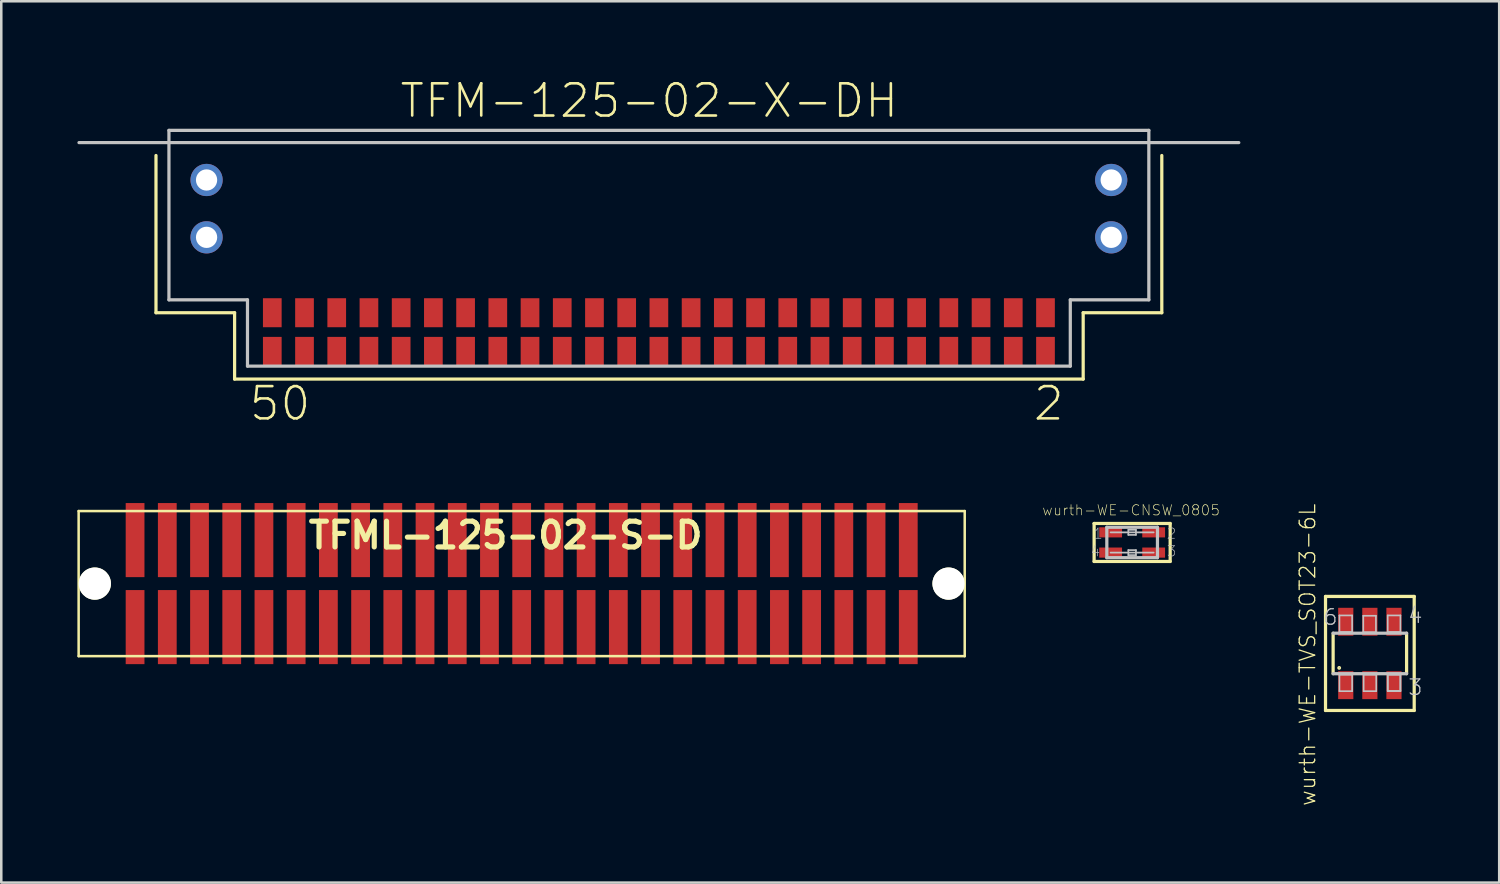
<source format=kicad_pcb>
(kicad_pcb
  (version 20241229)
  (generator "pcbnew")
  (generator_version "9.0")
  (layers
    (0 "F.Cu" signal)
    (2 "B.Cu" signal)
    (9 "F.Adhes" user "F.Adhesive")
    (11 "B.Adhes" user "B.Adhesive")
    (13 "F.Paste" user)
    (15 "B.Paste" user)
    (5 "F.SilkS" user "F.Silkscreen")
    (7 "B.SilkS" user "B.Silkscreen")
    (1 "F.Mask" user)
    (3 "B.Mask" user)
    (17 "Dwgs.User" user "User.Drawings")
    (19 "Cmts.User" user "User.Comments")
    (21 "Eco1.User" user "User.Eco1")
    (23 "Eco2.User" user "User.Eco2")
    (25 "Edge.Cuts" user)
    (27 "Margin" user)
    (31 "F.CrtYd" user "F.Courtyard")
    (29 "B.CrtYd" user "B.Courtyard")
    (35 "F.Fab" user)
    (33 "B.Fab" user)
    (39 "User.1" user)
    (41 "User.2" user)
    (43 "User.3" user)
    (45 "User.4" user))
  (footprint "wurth-WE-TVS_SOT23-6L"
    (layer "F.Cu")
    (at 50.951 22.71)
    (property "Reference" "wurth-WE-TVS_SOT23-6L" (at -2.456 0.051 90) (layer "F.SilkS") (effects (font (size 0.61 0.61) (thickness 0.051))))
    (attr smd)
    (fp_line (start -1.748 -2.248) (end 1.748 -2.248) (stroke (width 0.127) (type solid)) (layer "F.SilkS"))
    (fp_line (start -1.748 2.248) (end -1.748 -2.248) (stroke (width 0.127) (type solid)) (layer "F.SilkS"))
    (fp_line (start -1.448 -0.798) (end -1.448 0.798) (stroke (width 0.127) (type solid)) (layer "F.SilkS"))
    (fp_line (start 1.448 0.798) (end 1.448 -0.798) (stroke (width 0.127) (type solid)) (layer "F.SilkS"))
    (fp_line (start 1.748 -2.248) (end 1.748 2.248) (stroke (width 0.127) (type solid)) (layer "F.SilkS"))
    (fp_line (start 1.748 2.248) (end -1.748 2.248) (stroke (width 0.127) (type solid)) (layer "F.SilkS"))
    (fp_circle (center -1.209 0.569) (end -1.217 0.577) (stroke (width 0.064) (type solid)) (fill no) (layer "F.SilkS"))
    (fp_line (start -1.448 0.798) (end 1.448 0.798) (stroke (width 0.127) (type solid)) (layer "Dwgs.User"))
    (fp_line (start -1.199 -1.499) (end -0.699 -1.499) (stroke (width 0.066) (type solid)) (layer "Dwgs.User"))
    (fp_line (start -1.199 -0.848) (end -1.199 -1.499) (stroke (width 0.066) (type solid)) (layer "Dwgs.User"))
    (fp_line (start -1.199 -0.848) (end -0.699 -0.848) (stroke (width 0.066) (type solid)) (layer "Dwgs.User"))
    (fp_line (start -1.199 0.836) (end -0.699 0.836) (stroke (width 0.066) (type solid)) (layer "Dwgs.User"))
    (fp_line (start -1.199 1.486) (end -1.199 0.836) (stroke (width 0.066) (type solid)) (layer "Dwgs.User"))
    (fp_line (start -1.199 1.486) (end -0.699 1.486) (stroke (width 0.066) (type solid)) (layer "Dwgs.User"))
    (fp_line (start -0.699 -0.848) (end -0.699 -1.499) (stroke (width 0.066) (type solid)) (layer "Dwgs.User"))
    (fp_line (start -0.699 1.486) (end -0.699 0.836) (stroke (width 0.066) (type solid)) (layer "Dwgs.User"))
    (fp_line (start -0.259 -1.486) (end 0.239 -1.486) (stroke (width 0.066) (type solid)) (layer "Dwgs.User"))
    (fp_line (start -0.259 -0.836) (end -0.259 -1.486) (stroke (width 0.066) (type solid)) (layer "Dwgs.User"))
    (fp_line (start -0.259 -0.836) (end 0.239 -0.836) (stroke (width 0.066) (type solid)) (layer "Dwgs.User"))
    (fp_line (start -0.246 0.836) (end 0.251 0.836) (stroke (width 0.066) (type solid)) (layer "Dwgs.User"))
    (fp_line (start -0.246 1.486) (end -0.246 0.836) (stroke (width 0.066) (type solid)) (layer "Dwgs.User"))
    (fp_line (start -0.246 1.486) (end 0.251 1.486) (stroke (width 0.066) (type solid)) (layer "Dwgs.User"))
    (fp_line (start 0.239 -0.836) (end 0.239 -1.486) (stroke (width 0.066) (type solid)) (layer "Dwgs.User"))
    (fp_line (start 0.251 1.486) (end 0.251 0.836) (stroke (width 0.066) (type solid)) (layer "Dwgs.User"))
    (fp_line (start 0.704 -1.499) (end 1.204 -1.499) (stroke (width 0.066) (type solid)) (layer "Dwgs.User"))
    (fp_line (start 0.704 -0.848) (end 0.704 -1.499) (stroke (width 0.066) (type solid)) (layer "Dwgs.User"))
    (fp_line (start 0.704 -0.848) (end 1.204 -0.848) (stroke (width 0.066) (type solid)) (layer "Dwgs.User"))
    (fp_line (start 0.704 0.823) (end 1.204 0.823) (stroke (width 0.066) (type solid)) (layer "Dwgs.User"))
    (fp_line (start 0.704 0.836) (end 1.204 0.836) (stroke (width 0.066) (type solid)) (layer "Dwgs.User"))
    (fp_line (start 0.704 1.473) (end 0.704 0.823) (stroke (width 0.066) (type solid)) (layer "Dwgs.User"))
    (fp_line (start 0.704 1.473) (end 1.204 1.473) (stroke (width 0.066) (type solid)) (layer "Dwgs.User"))
    (fp_line (start 0.704 1.486) (end 0.704 0.836) (stroke (width 0.066) (type solid)) (layer "Dwgs.User"))
    (fp_line (start 0.704 1.486) (end 1.204 1.486) (stroke (width 0.066) (type solid)) (layer "Dwgs.User"))
    (fp_line (start 1.204 -0.848) (end 1.204 -1.499) (stroke (width 0.066) (type solid)) (layer "Dwgs.User"))
    (fp_line (start 1.204 1.473) (end 1.204 0.823) (stroke (width 0.066) (type solid)) (layer "Dwgs.User"))
    (fp_line (start 1.204 1.486) (end 1.204 0.836) (stroke (width 0.066) (type solid)) (layer "Dwgs.User"))
    (fp_line (start 1.448 -0.798) (end -1.448 -0.798) (stroke (width 0.127) (type solid)) (layer "Dwgs.User"))
    (fp_text user "6" (at -1.554 -1.433 0) (layer "Dwgs.User") (effects (font (size 0.61 0.61) (thickness 0.051))))
    (fp_text user "3" (at 1.793 1.333 0) (layer "Dwgs.User") (effects (font (size 0.61 0.61) (thickness 0.051))))
    (fp_text user "4" (at 1.793 -1.504 0) (layer "Dwgs.User") (effects (font (size 0.61 0.61) (thickness 0.051))))
    (pad "1" smd rect (at -0.95 1.25) (size 0.599 1.1) (layers "F.Cu" "F.Mask" "F.Paste"))
    (pad "2" smd rect (at 0 1.25) (size 0.599 1.1) (layers "F.Cu" "F.Mask" "F.Paste"))
    (pad "3" smd rect (at 0.95 1.25) (size 0.599 1.1) (layers "F.Cu" "F.Mask" "F.Paste"))
    (pad "4" smd rect (at 0.95 -1.25) (size 0.599 1.1) (layers "F.Cu" "F.Mask" "F.Paste"))
    (pad "5" smd rect (at 0 -1.25) (size 0.599 1.1) (layers "F.Cu" "F.Mask" "F.Paste"))
    (pad "6" smd rect (at -0.95 -1.25) (size 0.599 1.1) (layers "F.Cu" "F.Mask" "F.Paste")))
  (footprint "TFML-125-02-S-D"
    (layer "F.Cu")
    (at 16.88 19.956)
    (property "Reference" "TFML-125-02-S-D" (at 0 -1.905 0) (layer "F.SilkS") (effects (font (size 1.016 1.016) (thickness 0.203))))
    (attr through_hole)
    (fp_line (start -16.83 2.86) (end -16.83 -2.86) (stroke (width 0.099) (type solid)) (layer "F.SilkS"))
    (fp_line (start -16.83 2.86) (end 18.1 2.86) (stroke (width 0.099) (type solid)) (layer "F.SilkS"))
    (fp_line (start 18.1 -2.86) (end -16.83 -2.86) (stroke (width 0.099) (type solid)) (layer "F.SilkS"))
    (fp_line (start 18.1 2.86) (end 18.1 -2.86) (stroke (width 0.099) (type solid)) (layer "F.SilkS"))
    (pad "" np_thru_hole circle (at -16.192 0) (size 1.27 1.27) (drill 1.27) (layers "*.Cu" "*.Mask" "F.SilkS"))
    (pad "" np_thru_hole circle (at 17.462 0) (size 1.27 1.27) (drill 1.27) (layers "*.Cu" "*.Mask" "F.SilkS"))
    (pad "1" smd rect (at -14.605 1.715) (size 0.74 2.92) (layers "F.Cu" "F.Mask" "F.Paste"))
    (pad "2" smd rect (at -14.605 -1.715) (size 0.74 2.92) (layers "F.Cu" "F.Mask" "F.Paste"))
    (pad "3" smd rect (at -13.335 1.715) (size 0.74 2.92) (layers "F.Cu" "F.Mask" "F.Paste"))
    (pad "4" smd rect (at -13.335 -1.715) (size 0.74 2.92) (layers "F.Cu" "F.Mask" "F.Paste"))
    (pad "5" smd rect (at -12.065 1.715) (size 0.74 2.92) (layers "F.Cu" "F.Mask" "F.Paste"))
    (pad "6" smd rect (at -12.065 -1.715) (size 0.74 2.92) (layers "F.Cu" "F.Mask" "F.Paste"))
    (pad "7" smd rect (at -10.795 1.715) (size 0.74 2.92) (layers "F.Cu" "F.Mask" "F.Paste"))
    (pad "8" smd rect (at -10.795 -1.715) (size 0.74 2.92) (layers "F.Cu" "F.Mask" "F.Paste"))
    (pad "9" smd rect (at -9.525 1.715) (size 0.74 2.92) (layers "F.Cu" "F.Mask" "F.Paste"))
    (pad "10" smd rect (at -9.525 -1.715) (size 0.74 2.92) (layers "F.Cu" "F.Mask" "F.Paste"))
    (pad "11" smd rect (at -8.255 1.715) (size 0.74 2.92) (layers "F.Cu" "F.Mask" "F.Paste"))
    (pad "12" smd rect (at -8.255 -1.715) (size 0.74 2.92) (layers "F.Cu" "F.Mask" "F.Paste"))
    (pad "13" smd rect (at -6.985 1.715) (size 0.74 2.92) (layers "F.Cu" "F.Mask" "F.Paste"))
    (pad "14" smd rect (at -6.985 -1.715) (size 0.74 2.92) (layers "F.Cu" "F.Mask" "F.Paste"))
    (pad "15" smd rect (at -5.715 1.715) (size 0.74 2.92) (layers "F.Cu" "F.Mask" "F.Paste"))
    (pad "16" smd rect (at -5.715 -1.715) (size 0.74 2.92) (layers "F.Cu" "F.Mask" "F.Paste"))
    (pad "17" smd rect (at -4.445 1.715) (size 0.74 2.92) (layers "F.Cu" "F.Mask" "F.Paste"))
    (pad "18" smd rect (at -4.445 -1.715) (size 0.74 2.92) (layers "F.Cu" "F.Mask" "F.Paste"))
    (pad "19" smd rect (at -3.175 1.715) (size 0.74 2.92) (layers "F.Cu" "F.Mask" "F.Paste"))
    (pad "20" smd rect (at -3.175 -1.715) (size 0.74 2.92) (layers "F.Cu" "F.Mask" "F.Paste"))
    (pad "21" smd rect (at -1.905 1.715) (size 0.74 2.92) (layers "F.Cu" "F.Mask" "F.Paste"))
    (pad "22" smd rect (at -1.905 -1.715) (size 0.74 2.92) (layers "F.Cu" "F.Mask" "F.Paste"))
    (pad "23" smd rect (at -0.635 1.715) (size 0.74 2.92) (layers "F.Cu" "F.Mask" "F.Paste"))
    (pad "24" smd rect (at -0.635 -1.715) (size 0.74 2.92) (layers "F.Cu" "F.Mask" "F.Paste"))
    (pad "25" smd rect (at 0.635 1.715) (size 0.74 2.92) (layers "F.Cu" "F.Mask" "F.Paste"))
    (pad "26" smd rect (at 0.635 -1.715) (size 0.74 2.92) (layers "F.Cu" "F.Mask" "F.Paste"))
    (pad "27" smd rect (at 1.905 1.715) (size 0.74 2.92) (layers "F.Cu" "F.Mask" "F.Paste"))
    (pad "28" smd rect (at 1.905 -1.715) (size 0.74 2.92) (layers "F.Cu" "F.Mask" "F.Paste"))
    (pad "29" smd rect (at 3.175 1.715) (size 0.74 2.92) (layers "F.Cu" "F.Mask" "F.Paste"))
    (pad "30" smd rect (at 3.175 -1.715) (size 0.74 2.92) (layers "F.Cu" "F.Mask" "F.Paste"))
    (pad "31" smd rect (at 4.445 1.715) (size 0.74 2.92) (layers "F.Cu" "F.Mask" "F.Paste"))
    (pad "32" smd rect (at 4.445 -1.715) (size 0.74 2.92) (layers "F.Cu" "F.Mask" "F.Paste"))
    (pad "33" smd rect (at 5.715 1.715) (size 0.74 2.92) (layers "F.Cu" "F.Mask" "F.Paste"))
    (pad "34" smd rect (at 5.715 -1.715) (size 0.74 2.92) (layers "F.Cu" "F.Mask" "F.Paste"))
    (pad "35" smd rect (at 6.985 1.715) (size 0.74 2.92) (layers "F.Cu" "F.Mask" "F.Paste"))
    (pad "36" smd rect (at 6.985 -1.715) (size 0.74 2.92) (layers "F.Cu" "F.Mask" "F.Paste"))
    (pad "37" smd rect (at 8.255 1.715) (size 0.74 2.92) (layers "F.Cu" "F.Mask" "F.Paste"))
    (pad "38" smd rect (at 8.255 -1.715) (size 0.74 2.92) (layers "F.Cu" "F.Mask" "F.Paste"))
    (pad "39" smd rect (at 9.525 1.715) (size 0.74 2.92) (layers "F.Cu" "F.Mask" "F.Paste"))
    (pad "40" smd rect (at 9.525 -1.715) (size 0.74 2.92) (layers "F.Cu" "F.Mask" "F.Paste"))
    (pad "41" smd rect (at 10.795 1.715) (size 0.74 2.92) (layers "F.Cu" "F.Mask" "F.Paste"))
    (pad "42" smd rect (at 10.795 -1.715) (size 0.74 2.92) (layers "F.Cu" "F.Mask" "F.Paste"))
    (pad "43" smd rect (at 12.065 1.715) (size 0.74 2.92) (layers "F.Cu" "F.Mask" "F.Paste"))
    (pad "44" smd rect (at 12.065 -1.715) (size 0.74 2.92) (layers "F.Cu" "F.Mask" "F.Paste"))
    (pad "45" smd rect (at 13.335 1.715) (size 0.74 2.92) (layers "F.Cu" "F.Mask" "F.Paste"))
    (pad "46" smd rect (at 13.335 -1.715) (size 0.74 2.92) (layers "F.Cu" "F.Mask" "F.Paste"))
    (pad "47" smd rect (at 14.605 1.715) (size 0.74 2.92) (layers "F.Cu" "F.Mask" "F.Paste"))
    (pad "48" smd rect (at 14.605 -1.715) (size 0.74 2.92) (layers "F.Cu" "F.Mask" "F.Paste"))
    (pad "49" smd rect (at 15.875 1.715) (size 0.74 2.92) (layers "F.Cu" "F.Mask" "F.Paste"))
    (pad "50" smd rect (at 15.875 -1.715) (size 0.74 2.92) (layers "F.Cu" "F.Mask" "F.Paste")))
  (footprint "TFM-125-02-X-DH"
    (layer "F.Cu")
    (at 22.924 2.572)
    (property "Reference" "TFM-125-02-X-DH" (at -0.381 -1.651 0) (layer "F.SilkS") (effects (font (size 1.27 1.27) (thickness 0.102))))
    (attr smd)
    (fp_line (start -19.825 0.508) (end -19.825 6.706) (stroke (width 0.127) (type solid)) (layer "F.SilkS"))
    (fp_line (start -19.825 6.706) (end -16.726 6.706) (stroke (width 0.127) (type solid)) (layer "F.SilkS"))
    (fp_line (start -16.726 6.706) (end -16.726 9.322) (stroke (width 0.127) (type solid)) (layer "F.SilkS"))
    (fp_line (start -16.726 9.322) (end 16.726 9.322) (stroke (width 0.127) (type solid)) (layer "F.SilkS"))
    (fp_line (start 16.726 6.706) (end 19.825 6.706) (stroke (width 0.127) (type solid)) (layer "F.SilkS"))
    (fp_line (start 16.726 9.322) (end 16.726 6.706) (stroke (width 0.127) (type solid)) (layer "F.SilkS"))
    (fp_line (start 19.825 6.706) (end 19.825 0.508) (stroke (width 0.127) (type solid)) (layer "F.SilkS"))
    (fp_line (start -22.86 0) (end 22.86 0) (stroke (width 0.127) (type solid)) (layer "Dwgs.User"))
    (fp_line (start -19.314 -0.483) (end 19.314 -0.483) (stroke (width 0.127) (type solid)) (layer "Dwgs.User"))
    (fp_line (start -19.314 6.198) (end -19.314 -0.483) (stroke (width 0.127) (type solid)) (layer "Dwgs.User"))
    (fp_line (start -16.218 6.198) (end -19.314 6.198) (stroke (width 0.127) (type solid)) (layer "Dwgs.User"))
    (fp_line (start -16.218 8.811) (end -16.218 6.198) (stroke (width 0.127) (type solid)) (layer "Dwgs.User"))
    (fp_line (start 16.218 6.198) (end 16.218 8.811) (stroke (width 0.127) (type solid)) (layer "Dwgs.User"))
    (fp_line (start 16.218 8.811) (end -16.218 8.811) (stroke (width 0.127) (type solid)) (layer "Dwgs.User"))
    (fp_line (start 19.314 -0.483) (end 19.314 6.198) (stroke (width 0.127) (type solid)) (layer "Dwgs.User"))
    (fp_line (start 19.314 6.198) (end 16.218 6.198) (stroke (width 0.127) (type solid)) (layer "Dwgs.User"))
    (fp_text user "2" (at 15.367 10.287 0) (layer "F.SilkS") (effects (font (size 1.27 1.27) (thickness 0.102))))
    (fp_text user "50" (at -14.935 10.287 0) (layer "F.SilkS") (effects (font (size 1.27 1.27) (thickness 0.102))))
    (pad "1" smd rect (at 15.24 6.706) (size 0.737 1.143) (layers "F.Cu" "F.Mask" "F.Paste"))
    (pad "2" smd rect (at 15.24 8.23) (size 0.737 1.143) (layers "F.Cu" "F.Mask" "F.Paste"))
    (pad "3" smd rect (at 13.97 6.706) (size 0.737 1.143) (layers "F.Cu" "F.Mask" "F.Paste"))
    (pad "4" smd rect (at 13.97 8.23) (size 0.737 1.143) (layers "F.Cu" "F.Mask" "F.Paste"))
    (pad "5" smd rect (at 12.7 6.706) (size 0.737 1.143) (layers "F.Cu" "F.Mask" "F.Paste"))
    (pad "6" smd rect (at 12.7 8.23) (size 0.737 1.143) (layers "F.Cu" "F.Mask" "F.Paste"))
    (pad "7" smd rect (at 11.43 6.706) (size 0.737 1.143) (layers "F.Cu" "F.Mask" "F.Paste"))
    (pad "8" smd rect (at 11.43 8.23) (size 0.737 1.143) (layers "F.Cu" "F.Mask" "F.Paste"))
    (pad "9" smd rect (at 10.16 6.706) (size 0.737 1.143) (layers "F.Cu" "F.Mask" "F.Paste"))
    (pad "10" smd rect (at 10.16 8.23) (size 0.737 1.143) (layers "F.Cu" "F.Mask" "F.Paste"))
    (pad "11" smd rect (at 8.89 6.706) (size 0.737 1.143) (layers "F.Cu" "F.Mask" "F.Paste"))
    (pad "12" smd rect (at 8.89 8.23) (size 0.737 1.143) (layers "F.Cu" "F.Mask" "F.Paste"))
    (pad "13" smd rect (at 7.62 6.706) (size 0.737 1.143) (layers "F.Cu" "F.Mask" "F.Paste"))
    (pad "14" smd rect (at 7.62 8.23) (size 0.737 1.143) (layers "F.Cu" "F.Mask" "F.Paste"))
    (pad "15" smd rect (at 6.35 6.706) (size 0.737 1.143) (layers "F.Cu" "F.Mask" "F.Paste"))
    (pad "16" smd rect (at 6.35 8.23) (size 0.737 1.143) (layers "F.Cu" "F.Mask" "F.Paste"))
    (pad "17" smd rect (at 5.08 6.706) (size 0.737 1.143) (layers "F.Cu" "F.Mask" "F.Paste"))
    (pad "18" smd rect (at 5.08 8.23) (size 0.737 1.143) (layers "F.Cu" "F.Mask" "F.Paste"))
    (pad "19" smd rect (at 3.81 6.706) (size 0.737 1.143) (layers "F.Cu" "F.Mask" "F.Paste"))
    (pad "20" smd rect (at 3.81 8.23) (size 0.737 1.143) (layers "F.Cu" "F.Mask" "F.Paste"))
    (pad "21" smd rect (at 2.54 6.706) (size 0.737 1.143) (layers "F.Cu" "F.Mask" "F.Paste"))
    (pad "22" smd rect (at 2.54 8.23) (size 0.737 1.143) (layers "F.Cu" "F.Mask" "F.Paste"))
    (pad "23" smd rect (at 1.27 6.706) (size 0.737 1.143) (layers "F.Cu" "F.Mask" "F.Paste"))
    (pad "24" smd rect (at 1.27 8.23) (size 0.737 1.143) (layers "F.Cu" "F.Mask" "F.Paste"))
    (pad "25" smd rect (at 0 6.706) (size 0.737 1.143) (layers "F.Cu" "F.Mask" "F.Paste"))
    (pad "26" smd rect (at 0 8.23) (size 0.737 1.143) (layers "F.Cu" "F.Mask" "F.Paste"))
    (pad "27" smd rect (at -1.27 6.706) (size 0.737 1.143) (layers "F.Cu" "F.Mask" "F.Paste"))
    (pad "28" smd rect (at -1.27 8.23) (size 0.737 1.143) (layers "F.Cu" "F.Mask" "F.Paste"))
    (pad "29" smd rect (at -2.54 6.706) (size 0.737 1.143) (layers "F.Cu" "F.Mask" "F.Paste"))
    (pad "30" smd rect (at -2.54 8.23) (size 0.737 1.143) (layers "F.Cu" "F.Mask" "F.Paste"))
    (pad "31" smd rect (at -3.81 6.706) (size 0.737 1.143) (layers "F.Cu" "F.Mask" "F.Paste"))
    (pad "32" smd rect (at -3.81 8.23) (size 0.737 1.143) (layers "F.Cu" "F.Mask" "F.Paste"))
    (pad "33" smd rect (at -5.08 6.706) (size 0.737 1.143) (layers "F.Cu" "F.Mask" "F.Paste"))
    (pad "34" smd rect (at -5.08 8.23) (size 0.737 1.143) (layers "F.Cu" "F.Mask" "F.Paste"))
    (pad "35" smd rect (at -6.35 6.706) (size 0.737 1.143) (layers "F.Cu" "F.Mask" "F.Paste"))
    (pad "36" smd rect (at -6.35 8.23) (size 0.737 1.143) (layers "F.Cu" "F.Mask" "F.Paste"))
    (pad "37" smd rect (at -7.62 6.706) (size 0.737 1.143) (layers "F.Cu" "F.Mask" "F.Paste"))
    (pad "38" smd rect (at -7.62 8.23) (size 0.737 1.143) (layers "F.Cu" "F.Mask" "F.Paste"))
    (pad "39" smd rect (at -8.89 6.706) (size 0.737 1.143) (layers "F.Cu" "F.Mask" "F.Paste"))
    (pad "40" smd rect (at -8.89 8.23) (size 0.737 1.143) (layers "F.Cu" "F.Mask" "F.Paste"))
    (pad "41" smd rect (at -10.16 6.706) (size 0.737 1.143) (layers "F.Cu" "F.Mask" "F.Paste"))
    (pad "42" smd rect (at -10.16 8.23) (size 0.737 1.143) (layers "F.Cu" "F.Mask" "F.Paste"))
    (pad "43" smd rect (at -11.43 6.706) (size 0.737 1.143) (layers "F.Cu" "F.Mask" "F.Paste"))
    (pad "44" smd rect (at -11.43 8.23) (size 0.737 1.143) (layers "F.Cu" "F.Mask" "F.Paste"))
    (pad "45" smd rect (at -12.7 6.706) (size 0.737 1.143) (layers "F.Cu" "F.Mask" "F.Paste"))
    (pad "46" smd rect (at -12.7 8.23) (size 0.737 1.143) (layers "F.Cu" "F.Mask" "F.Paste"))
    (pad "47" smd rect (at -13.97 6.706) (size 0.737 1.143) (layers "F.Cu" "F.Mask" "F.Paste"))
    (pad "48" smd rect (at -13.97 8.23) (size 0.737 1.143) (layers "F.Cu" "F.Mask" "F.Paste"))
    (pad "49" smd rect (at -15.24 6.706) (size 0.737 1.143) (layers "F.Cu" "F.Mask" "F.Paste"))
    (pad "50" smd rect (at -15.24 8.23) (size 0.737 1.143) (layers "F.Cu" "F.Mask" "F.Paste"))
    (pad "51" thru_hole circle (at 17.831 1.473) (size 1.27 1.27) (drill 0.838) (layers "*.Cu" "*.Paste" "*.Mask"))
    (pad "52" thru_hole circle (at -17.831 1.473) (size 1.27 1.27) (drill 0.838) (layers "*.Cu" "*.Paste" "*.Mask"))
    (pad "53" thru_hole circle (at 17.831 3.734) (size 1.27 1.27) (drill 0.838) (layers "*.Cu" "*.Paste" "*.Mask"))
    (pad "54" thru_hole circle (at -17.831 3.734) (size 1.27 1.27) (drill 0.838) (layers "*.Cu" "*.Paste" "*.Mask")))
  (footprint "wurth-WE-CNSW_0805"
    (layer "F.Cu")
    (at 41.58 18.335)
    (property "Reference" "wurth-WE-CNSW_0805" (at -0.041 -1.273 0) (layer "F.SilkS") (effects (font (size 0.406 0.406) (thickness 0.025))))
    (attr smd)
    (fp_line (start -1.499 -0.749) (end 1.499 -0.749) (stroke (width 0.127) (type solid)) (layer "F.SilkS"))
    (fp_line (start -1.499 0.749) (end -1.499 -0.749) (stroke (width 0.127) (type solid)) (layer "F.SilkS"))
    (fp_line (start 1.499 -0.749) (end 1.499 0.749) (stroke (width 0.127) (type solid)) (layer "F.SilkS"))
    (fp_line (start 1.499 0.749) (end -1.499 0.749) (stroke (width 0.127) (type solid)) (layer "F.SilkS"))
    (fp_circle (center -1.499 -0.749) (end -1.521 -0.772) (stroke (width 0.048) (type solid)) (fill no) (layer "F.SilkS"))
    (fp_line (start -0.998 -0.599) (end 0.998 -0.599) (stroke (width 0.127) (type solid)) (layer "Dwgs.User"))
    (fp_line (start -0.998 0.599) (end -0.998 -0.599) (stroke (width 0.127) (type solid)) (layer "Dwgs.User"))
    (fp_line (start -0.15 -0.498) (end 0.15 -0.498) (stroke (width 0.066) (type solid)) (layer "Dwgs.User"))
    (fp_line (start -0.15 -0.3) (end -0.15 -0.498) (stroke (width 0.066) (type solid)) (layer "Dwgs.User"))
    (fp_line (start -0.15 -0.3) (end 0.15 -0.3) (stroke (width 0.066) (type solid)) (layer "Dwgs.User"))
    (fp_line (start -0.15 0.3) (end 0.15 0.3) (stroke (width 0.066) (type solid)) (layer "Dwgs.User"))
    (fp_line (start -0.15 0.498) (end -0.15 0.3) (stroke (width 0.066) (type solid)) (layer "Dwgs.User"))
    (fp_line (start -0.15 0.498) (end 0.15 0.498) (stroke (width 0.066) (type solid)) (layer "Dwgs.User"))
    (fp_line (start 0.15 -0.3) (end 0.15 -0.498) (stroke (width 0.066) (type solid)) (layer "Dwgs.User"))
    (fp_line (start 0.15 0.498) (end 0.15 0.3) (stroke (width 0.066) (type solid)) (layer "Dwgs.User"))
    (fp_line (start 0.848 -0.399) (end -0.848 -0.399) (stroke (width 0.069) (type solid)) (layer "Dwgs.User"))
    (fp_line (start 0.848 0.399) (end -0.848 0.399) (stroke (width 0.069) (type solid)) (layer "Dwgs.User"))
    (fp_line (start 0.998 -0.599) (end 0.998 0.599) (stroke (width 0.127) (type solid)) (layer "Dwgs.User"))
    (fp_line (start 0.998 0.599) (end -0.998 0.599) (stroke (width 0.127) (type solid)) (layer "Dwgs.User"))
    (fp_text user "2" (at 1.552 -0.353 0) (layer "Dwgs.User") (effects (font (size 0.406 0.406) (thickness 0.025))))
    (fp_text user "1" (at -1.346 -0.353 0) (layer "Dwgs.User") (effects (font (size 0.406 0.406) (thickness 0.025))))
    (fp_text user "4" (at -1.445 0.345 0) (layer "Dwgs.User") (effects (font (size 0.406 0.406) (thickness 0.025))))
    (fp_text user "3" (at 1.552 0.345 0) (layer "Dwgs.User") (effects (font (size 0.406 0.406) (thickness 0.025))))
    (pad "1" smd rect (at -0.848 -0.399 180) (size 0.899 0.399) (layers "F.Cu" "F.Mask" "F.Paste"))
    (pad "2" smd rect (at 0.848 -0.399 180) (size 0.899 0.399) (layers "F.Cu" "F.Mask" "F.Paste"))
    (pad "3" smd rect (at 0.848 0.399 180) (size 0.899 0.399) (layers "F.Cu" "F.Mask" "F.Paste"))
    (pad "4" smd rect (at -0.848 0.399 180) (size 0.899 0.399) (layers "F.Cu" "F.Mask" "F.Paste")))
  (gr_rect
    (start -3 -3)
    (end 56.05 31.742)
    (stroke (width 0.1) (type default))
    (fill no)
    (layer "Edge.Cuts")))
</source>
